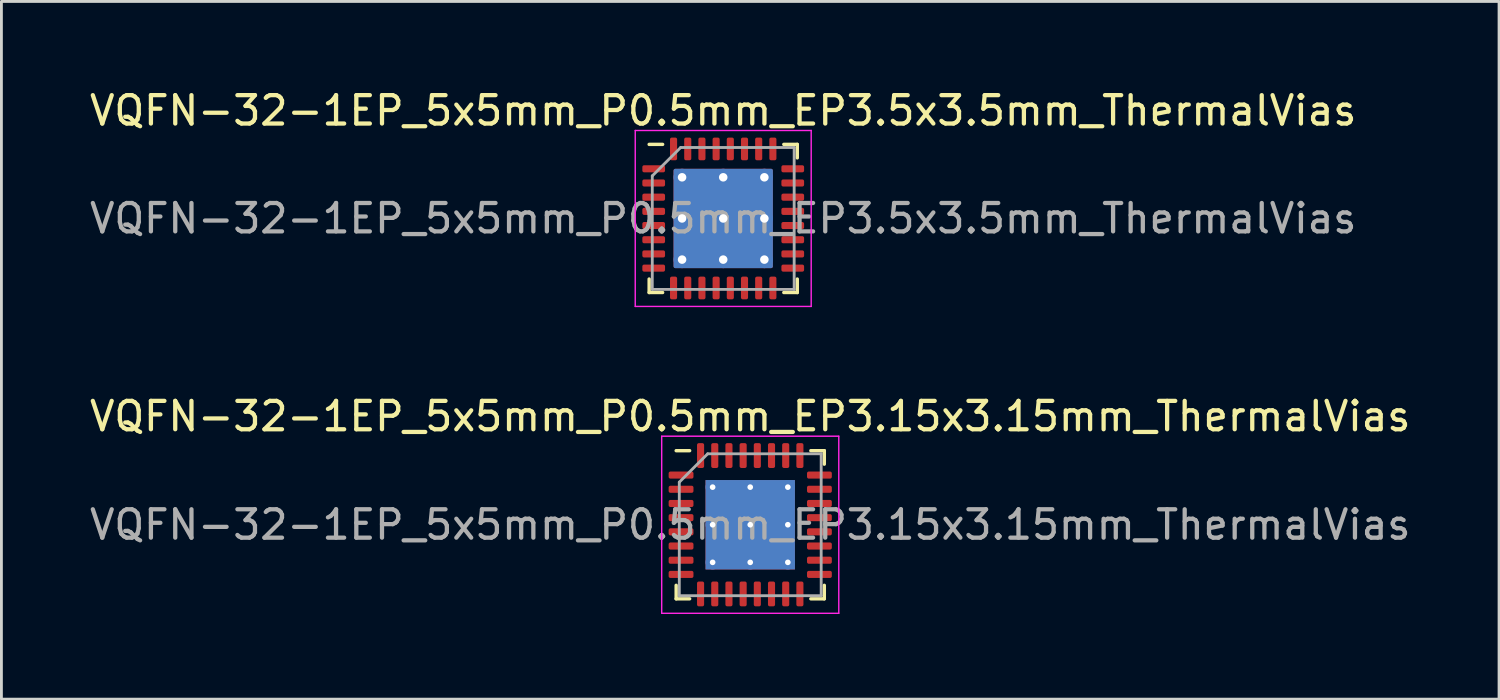
<source format=kicad_pcb>
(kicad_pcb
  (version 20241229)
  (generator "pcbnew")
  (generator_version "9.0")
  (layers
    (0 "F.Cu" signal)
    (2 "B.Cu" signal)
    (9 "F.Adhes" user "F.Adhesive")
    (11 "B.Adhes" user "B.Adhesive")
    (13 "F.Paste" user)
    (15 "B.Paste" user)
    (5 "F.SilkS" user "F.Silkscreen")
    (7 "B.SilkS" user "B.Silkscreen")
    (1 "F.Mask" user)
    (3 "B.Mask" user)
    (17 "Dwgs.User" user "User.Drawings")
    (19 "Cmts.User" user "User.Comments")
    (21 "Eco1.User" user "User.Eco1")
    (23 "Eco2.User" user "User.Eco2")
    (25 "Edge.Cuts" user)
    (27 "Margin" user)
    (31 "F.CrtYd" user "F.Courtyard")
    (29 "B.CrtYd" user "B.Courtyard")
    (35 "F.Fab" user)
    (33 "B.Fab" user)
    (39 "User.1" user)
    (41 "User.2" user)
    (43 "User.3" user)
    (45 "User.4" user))
  (footprint "VQFN-32-1EP_5x5mm_P0.5mm_EP3.15x3.15mm_ThermalVias"
    (layer "F.Cu")
    (at 23.387 15.441)
    (property "Reference" "VQFN-32-1EP_5x5mm_P0.5mm_EP3.15x3.15mm_ThermalVias" (at 0 -3.82 0) (layer "F.SilkS") (effects (font (size 1 1) (thickness 0.15))))
    (attr smd)
    (fp_line (start -2.61 2.61) (end -2.61 2.135) (stroke (width 0.12) (type solid)) (layer "F.SilkS"))
    (fp_line (start -2.135 -2.61) (end -2.61 -2.61) (stroke (width 0.12) (type solid)) (layer "F.SilkS"))
    (fp_line (start -2.135 2.61) (end -2.61 2.61) (stroke (width 0.12) (type solid)) (layer "F.SilkS"))
    (fp_line (start 2.135 -2.61) (end 2.61 -2.61) (stroke (width 0.12) (type solid)) (layer "F.SilkS"))
    (fp_line (start 2.135 2.61) (end 2.61 2.61) (stroke (width 0.12) (type solid)) (layer "F.SilkS"))
    (fp_line (start 2.61 -2.61) (end 2.61 -2.135) (stroke (width 0.12) (type solid)) (layer "F.SilkS"))
    (fp_line (start 2.61 2.61) (end 2.61 2.135) (stroke (width 0.12) (type solid)) (layer "F.SilkS"))
    (fp_line (start -3.12 -3.12) (end -3.12 3.12) (stroke (width 0.05) (type solid)) (layer "F.CrtYd"))
    (fp_line (start -3.12 3.12) (end 3.12 3.12) (stroke (width 0.05) (type solid)) (layer "F.CrtYd"))
    (fp_line (start 3.12 -3.12) (end -3.12 -3.12) (stroke (width 0.05) (type solid)) (layer "F.CrtYd"))
    (fp_line (start 3.12 3.12) (end 3.12 -3.12) (stroke (width 0.05) (type solid)) (layer "F.CrtYd"))
    (fp_line (start -2.5 -1.5) (end -1.5 -2.5) (stroke (width 0.1) (type solid)) (layer "F.Fab"))
    (fp_line (start -2.5 2.5) (end -2.5 -1.5) (stroke (width 0.1) (type solid)) (layer "F.Fab"))
    (fp_line (start -1.5 -2.5) (end 2.5 -2.5) (stroke (width 0.1) (type solid)) (layer "F.Fab"))
    (fp_line (start 2.5 -2.5) (end 2.5 2.5) (stroke (width 0.1) (type solid)) (layer "F.Fab"))
    (fp_line (start 2.5 2.5) (end -2.5 2.5) (stroke (width 0.1) (type solid)) (layer "F.Fab"))
    (fp_text user "${REFERENCE}" (at 0 0 0) (layer "F.Fab") (effects (font (size 1 1) (thickness 0.15))))
    (pad "" smd roundrect (at -0.79 -0.79) (size 1.27 1.27) (layers "F.Paste") (roundrect_rratio 0.197))
    (pad "" smd roundrect (at -0.79 0.79) (size 1.27 1.27) (layers "F.Paste") (roundrect_rratio 0.197))
    (pad "" smd roundrect (at 0.79 -0.79) (size 1.27 1.27) (layers "F.Paste") (roundrect_rratio 0.197))
    (pad "" smd roundrect (at 0.79 0.79) (size 1.27 1.27) (layers "F.Paste") (roundrect_rratio 0.197))
    (pad "1" smd roundrect (at -2.438 -1.75) (size 0.875 0.25) (layers "F.Cu" "F.Mask" "F.Paste") (roundrect_rratio 0.25))
    (pad "2" smd roundrect (at -2.438 -1.25) (size 0.875 0.25) (layers "F.Cu" "F.Mask" "F.Paste") (roundrect_rratio 0.25))
    (pad "3" smd roundrect (at -2.438 -0.75) (size 0.875 0.25) (layers "F.Cu" "F.Mask" "F.Paste") (roundrect_rratio 0.25))
    (pad "4" smd roundrect (at -2.438 -0.25) (size 0.875 0.25) (layers "F.Cu" "F.Mask" "F.Paste") (roundrect_rratio 0.25))
    (pad "5" smd roundrect (at -2.438 0.25) (size 0.875 0.25) (layers "F.Cu" "F.Mask" "F.Paste") (roundrect_rratio 0.25))
    (pad "6" smd roundrect (at -2.438 0.75) (size 0.875 0.25) (layers "F.Cu" "F.Mask" "F.Paste") (roundrect_rratio 0.25))
    (pad "7" smd roundrect (at -2.438 1.25) (size 0.875 0.25) (layers "F.Cu" "F.Mask" "F.Paste") (roundrect_rratio 0.25))
    (pad "8" smd roundrect (at -2.438 1.75) (size 0.875 0.25) (layers "F.Cu" "F.Mask" "F.Paste") (roundrect_rratio 0.25))
    (pad "9" smd roundrect (at -1.75 2.438) (size 0.25 0.875) (layers "F.Cu" "F.Mask" "F.Paste") (roundrect_rratio 0.25))
    (pad "10" smd roundrect (at -1.25 2.438) (size 0.25 0.875) (layers "F.Cu" "F.Mask" "F.Paste") (roundrect_rratio 0.25))
    (pad "11" smd roundrect (at -0.75 2.438) (size 0.25 0.875) (layers "F.Cu" "F.Mask" "F.Paste") (roundrect_rratio 0.25))
    (pad "12" smd roundrect (at -0.25 2.438) (size 0.25 0.875) (layers "F.Cu" "F.Mask" "F.Paste") (roundrect_rratio 0.25))
    (pad "13" smd roundrect (at 0.25 2.438) (size 0.25 0.875) (layers "F.Cu" "F.Mask" "F.Paste") (roundrect_rratio 0.25))
    (pad "14" smd roundrect (at 0.75 2.438) (size 0.25 0.875) (layers "F.Cu" "F.Mask" "F.Paste") (roundrect_rratio 0.25))
    (pad "15" smd roundrect (at 1.25 2.438) (size 0.25 0.875) (layers "F.Cu" "F.Mask" "F.Paste") (roundrect_rratio 0.25))
    (pad "16" smd roundrect (at 1.75 2.438) (size 0.25 0.875) (layers "F.Cu" "F.Mask" "F.Paste") (roundrect_rratio 0.25))
    (pad "17" smd roundrect (at 2.438 1.75) (size 0.875 0.25) (layers "F.Cu" "F.Mask" "F.Paste") (roundrect_rratio 0.25))
    (pad "18" smd roundrect (at 2.438 1.25) (size 0.875 0.25) (layers "F.Cu" "F.Mask" "F.Paste") (roundrect_rratio 0.25))
    (pad "19" smd roundrect (at 2.438 0.75) (size 0.875 0.25) (layers "F.Cu" "F.Mask" "F.Paste") (roundrect_rratio 0.25))
    (pad "20" smd roundrect (at 2.438 0.25) (size 0.875 0.25) (layers "F.Cu" "F.Mask" "F.Paste") (roundrect_rratio 0.25))
    (pad "21" smd roundrect (at 2.438 -0.25) (size 0.875 0.25) (layers "F.Cu" "F.Mask" "F.Paste") (roundrect_rratio 0.25))
    (pad "22" smd roundrect (at 2.438 -0.75) (size 0.875 0.25) (layers "F.Cu" "F.Mask" "F.Paste") (roundrect_rratio 0.25))
    (pad "23" smd roundrect (at 2.438 -1.25) (size 0.875 0.25) (layers "F.Cu" "F.Mask" "F.Paste") (roundrect_rratio 0.25))
    (pad "24" smd roundrect (at 2.438 -1.75) (size 0.875 0.25) (layers "F.Cu" "F.Mask" "F.Paste") (roundrect_rratio 0.25))
    (pad "25" smd roundrect (at 1.75 -2.438) (size 0.25 0.875) (layers "F.Cu" "F.Mask" "F.Paste") (roundrect_rratio 0.25))
    (pad "26" smd roundrect (at 1.25 -2.438) (size 0.25 0.875) (layers "F.Cu" "F.Mask" "F.Paste") (roundrect_rratio 0.25))
    (pad "27" smd roundrect (at 0.75 -2.438) (size 0.25 0.875) (layers "F.Cu" "F.Mask" "F.Paste") (roundrect_rratio 0.25))
    (pad "28" smd roundrect (at 0.25 -2.438) (size 0.25 0.875) (layers "F.Cu" "F.Mask" "F.Paste") (roundrect_rratio 0.25))
    (pad "29" smd roundrect (at -0.25 -2.438) (size 0.25 0.875) (layers "F.Cu" "F.Mask" "F.Paste") (roundrect_rratio 0.25))
    (pad "30" smd roundrect (at -0.75 -2.438) (size 0.25 0.875) (layers "F.Cu" "F.Mask" "F.Paste") (roundrect_rratio 0.25))
    (pad "31" smd roundrect (at -1.25 -2.438) (size 0.25 0.875) (layers "F.Cu" "F.Mask" "F.Paste") (roundrect_rratio 0.25))
    (pad "32" smd roundrect (at -1.75 -2.438) (size 0.25 0.875) (layers "F.Cu" "F.Mask" "F.Paste") (roundrect_rratio 0.25))
    (pad "33" thru_hole circle (at -1.325 -1.325) (size 0.5 0.5) (drill 0.2) (layers "*.Cu"))
    (pad "33" thru_hole circle (at -1.325 0) (size 0.5 0.5) (drill 0.2) (layers "*.Cu"))
    (pad "33" thru_hole circle (at -1.325 1.325) (size 0.5 0.5) (drill 0.2) (layers "*.Cu"))
    (pad "33" thru_hole circle (at 0 -1.325) (size 0.5 0.5) (drill 0.2) (layers "*.Cu"))
    (pad "33" thru_hole circle (at 0 0) (size 0.5 0.5) (drill 0.2) (layers "*.Cu"))
    (pad "33" smd rect (at 0 0) (size 3.15 3.15) (layers "F.Cu" "F.Mask"))
    (pad "33" smd rect (at 0 0) (size 3.15 3.15) (layers "B.Cu"))
    (pad "33" thru_hole circle (at 0 1.325) (size 0.5 0.5) (drill 0.2) (layers "*.Cu"))
    (pad "33" thru_hole circle (at 1.325 -1.325) (size 0.5 0.5) (drill 0.2) (layers "*.Cu"))
    (pad "33" thru_hole circle (at 1.325 0) (size 0.5 0.5) (drill 0.2) (layers "*.Cu"))
    (pad "33" thru_hole circle (at 1.325 1.325) (size 0.5 0.5) (drill 0.2) (layers "*.Cu")))
  (footprint "VQFN-32-1EP_5x5mm_P0.5mm_EP3.5x3.5mm_ThermalVias"
    (layer "F.Cu")
    (at 22.435 4.648)
    (property "Reference" "VQFN-32-1EP_5x5mm_P0.5mm_EP3.5x3.5mm_ThermalVias" (at 0 -3.8 0) (layer "F.SilkS") (effects (font (size 1 1) (thickness 0.15))))
    (attr smd)
    (fp_line (start -2.61 2.61) (end -2.61 2.135) (stroke (width 0.12) (type solid)) (layer "F.SilkS"))
    (fp_line (start -2.135 -2.61) (end -2.61 -2.61) (stroke (width 0.12) (type solid)) (layer "F.SilkS"))
    (fp_line (start -2.135 2.61) (end -2.61 2.61) (stroke (width 0.12) (type solid)) (layer "F.SilkS"))
    (fp_line (start 2.135 -2.61) (end 2.61 -2.61) (stroke (width 0.12) (type solid)) (layer "F.SilkS"))
    (fp_line (start 2.135 2.61) (end 2.61 2.61) (stroke (width 0.12) (type solid)) (layer "F.SilkS"))
    (fp_line (start 2.61 -2.61) (end 2.61 -2.135) (stroke (width 0.12) (type solid)) (layer "F.SilkS"))
    (fp_line (start 2.61 2.61) (end 2.61 2.135) (stroke (width 0.12) (type solid)) (layer "F.SilkS"))
    (fp_line (start -3.1 -3.1) (end -3.1 3.1) (stroke (width 0.05) (type solid)) (layer "F.CrtYd"))
    (fp_line (start -3.1 3.1) (end 3.1 3.1) (stroke (width 0.05) (type solid)) (layer "F.CrtYd"))
    (fp_line (start 3.1 -3.1) (end -3.1 -3.1) (stroke (width 0.05) (type solid)) (layer "F.CrtYd"))
    (fp_line (start 3.1 3.1) (end 3.1 -3.1) (stroke (width 0.05) (type solid)) (layer "F.CrtYd"))
    (fp_line (start -2.5 -1.5) (end -1.5 -2.5) (stroke (width 0.1) (type solid)) (layer "F.Fab"))
    (fp_line (start -2.5 2.5) (end -2.5 -1.5) (stroke (width 0.1) (type solid)) (layer "F.Fab"))
    (fp_line (start -1.5 -2.5) (end 2.5 -2.5) (stroke (width 0.1) (type solid)) (layer "F.Fab"))
    (fp_line (start 2.5 -2.5) (end 2.5 2.5) (stroke (width 0.1) (type solid)) (layer "F.Fab"))
    (fp_line (start 2.5 2.5) (end -2.5 2.5) (stroke (width 0.1) (type solid)) (layer "F.Fab"))
    (fp_text user "${REFERENCE}" (at 0 0 0) (layer "F.Fab") (effects (font (size 1 1) (thickness 0.15))))
    (pad "" smd roundrect (at -0.875 -0.875) (size 1.46 1.46) (layers "F.Paste") (roundrect_rratio 0.171))
    (pad "" smd roundrect (at -0.875 0.875) (size 1.46 1.46) (layers "F.Paste") (roundrect_rratio 0.171))
    (pad "" smd roundrect (at 0.875 -0.875) (size 1.46 1.46) (layers "F.Paste") (roundrect_rratio 0.171))
    (pad "" smd roundrect (at 0.875 0.875) (size 1.46 1.46) (layers "F.Paste") (roundrect_rratio 0.171))
    (pad "1" smd roundrect (at -2.45 -1.75) (size 0.8 0.25) (layers "F.Cu" "F.Mask" "F.Paste") (roundrect_rratio 0.25))
    (pad "2" smd roundrect (at -2.45 -1.25) (size 0.8 0.25) (layers "F.Cu" "F.Mask" "F.Paste") (roundrect_rratio 0.25))
    (pad "3" smd roundrect (at -2.45 -0.75) (size 0.8 0.25) (layers "F.Cu" "F.Mask" "F.Paste") (roundrect_rratio 0.25))
    (pad "4" smd roundrect (at -2.45 -0.25) (size 0.8 0.25) (layers "F.Cu" "F.Mask" "F.Paste") (roundrect_rratio 0.25))
    (pad "5" smd roundrect (at -2.45 0.25) (size 0.8 0.25) (layers "F.Cu" "F.Mask" "F.Paste") (roundrect_rratio 0.25))
    (pad "6" smd roundrect (at -2.45 0.75) (size 0.8 0.25) (layers "F.Cu" "F.Mask" "F.Paste") (roundrect_rratio 0.25))
    (pad "7" smd roundrect (at -2.45 1.25) (size 0.8 0.25) (layers "F.Cu" "F.Mask" "F.Paste") (roundrect_rratio 0.25))
    (pad "8" smd roundrect (at -2.45 1.75) (size 0.8 0.25) (layers "F.Cu" "F.Mask" "F.Paste") (roundrect_rratio 0.25))
    (pad "9" smd roundrect (at -1.75 2.45) (size 0.25 0.8) (layers "F.Cu" "F.Mask" "F.Paste") (roundrect_rratio 0.25))
    (pad "10" smd roundrect (at -1.25 2.45) (size 0.25 0.8) (layers "F.Cu" "F.Mask" "F.Paste") (roundrect_rratio 0.25))
    (pad "11" smd roundrect (at -0.75 2.45) (size 0.25 0.8) (layers "F.Cu" "F.Mask" "F.Paste") (roundrect_rratio 0.25))
    (pad "12" smd roundrect (at -0.25 2.45) (size 0.25 0.8) (layers "F.Cu" "F.Mask" "F.Paste") (roundrect_rratio 0.25))
    (pad "13" smd roundrect (at 0.25 2.45) (size 0.25 0.8) (layers "F.Cu" "F.Mask" "F.Paste") (roundrect_rratio 0.25))
    (pad "14" smd roundrect (at 0.75 2.45) (size 0.25 0.8) (layers "F.Cu" "F.Mask" "F.Paste") (roundrect_rratio 0.25))
    (pad "15" smd roundrect (at 1.25 2.45) (size 0.25 0.8) (layers "F.Cu" "F.Mask" "F.Paste") (roundrect_rratio 0.25))
    (pad "16" smd roundrect (at 1.75 2.45) (size 0.25 0.8) (layers "F.Cu" "F.Mask" "F.Paste") (roundrect_rratio 0.25))
    (pad "17" smd roundrect (at 2.45 1.75) (size 0.8 0.25) (layers "F.Cu" "F.Mask" "F.Paste") (roundrect_rratio 0.25))
    (pad "18" smd roundrect (at 2.45 1.25) (size 0.8 0.25) (layers "F.Cu" "F.Mask" "F.Paste") (roundrect_rratio 0.25))
    (pad "19" smd roundrect (at 2.45 0.75) (size 0.8 0.25) (layers "F.Cu" "F.Mask" "F.Paste") (roundrect_rratio 0.25))
    (pad "20" smd roundrect (at 2.45 0.25) (size 0.8 0.25) (layers "F.Cu" "F.Mask" "F.Paste") (roundrect_rratio 0.25))
    (pad "21" smd roundrect (at 2.45 -0.25) (size 0.8 0.25) (layers "F.Cu" "F.Mask" "F.Paste") (roundrect_rratio 0.25))
    (pad "22" smd roundrect (at 2.45 -0.75) (size 0.8 0.25) (layers "F.Cu" "F.Mask" "F.Paste") (roundrect_rratio 0.25))
    (pad "23" smd roundrect (at 2.45 -1.25) (size 0.8 0.25) (layers "F.Cu" "F.Mask" "F.Paste") (roundrect_rratio 0.25))
    (pad "24" smd roundrect (at 2.45 -1.75) (size 0.8 0.25) (layers "F.Cu" "F.Mask" "F.Paste") (roundrect_rratio 0.25))
    (pad "25" smd roundrect (at 1.75 -2.45) (size 0.25 0.8) (layers "F.Cu" "F.Mask" "F.Paste") (roundrect_rratio 0.25))
    (pad "26" smd roundrect (at 1.25 -2.45) (size 0.25 0.8) (layers "F.Cu" "F.Mask" "F.Paste") (roundrect_rratio 0.25))
    (pad "27" smd roundrect (at 0.75 -2.45) (size 0.25 0.8) (layers "F.Cu" "F.Mask" "F.Paste") (roundrect_rratio 0.25))
    (pad "28" smd roundrect (at 0.25 -2.45) (size 0.25 0.8) (layers "F.Cu" "F.Mask" "F.Paste") (roundrect_rratio 0.25))
    (pad "29" smd roundrect (at -0.25 -2.45) (size 0.25 0.8) (layers "F.Cu" "F.Mask" "F.Paste") (roundrect_rratio 0.25))
    (pad "30" smd roundrect (at -0.75 -2.45) (size 0.25 0.8) (layers "F.Cu" "F.Mask" "F.Paste") (roundrect_rratio 0.25))
    (pad "31" smd roundrect (at -1.25 -2.45) (size 0.25 0.8) (layers "F.Cu" "F.Mask" "F.Paste") (roundrect_rratio 0.25))
    (pad "32" smd roundrect (at -1.75 -2.45) (size 0.25 0.8) (layers "F.Cu" "F.Mask" "F.Paste") (roundrect_rratio 0.25))
    (pad "33" thru_hole circle (at -1.45 -1.45) (size 0.6 0.6) (drill 0.3) (layers "*.Cu"))
    (pad "33" thru_hole circle (at -1.45 0) (size 0.6 0.6) (drill 0.3) (layers "*.Cu"))
    (pad "33" thru_hole circle (at -1.45 1.45) (size 0.6 0.6) (drill 0.3) (layers "*.Cu"))
    (pad "33" thru_hole circle (at 0 -1.45) (size 0.6 0.6) (drill 0.3) (layers "*.Cu"))
    (pad "33" thru_hole circle (at 0 0) (size 0.6 0.6) (drill 0.3) (layers "*.Cu"))
    (pad "33" smd roundrect (at 0 0) (size 3.5 3.5) (layers "F.Cu" "F.Mask") (roundrect_rratio 0.018))
    (pad "33" smd roundrect (at 0 0) (size 3.5 3.5) (layers "B.Cu") (roundrect_rratio 0.018))
    (pad "33" thru_hole circle (at 0 1.45) (size 0.6 0.6) (drill 0.3) (layers "*.Cu"))
    (pad "33" thru_hole circle (at 1.45 -1.45) (size 0.6 0.6) (drill 0.3) (layers "*.Cu"))
    (pad "33" thru_hole circle (at 1.45 0) (size 0.6 0.6) (drill 0.3) (layers "*.Cu"))
    (pad "33" thru_hole circle (at 1.45 1.45) (size 0.6 0.6) (drill 0.3) (layers "*.Cu")))
  (gr_rect
    (start -3 -3)
    (end 49.774 21.587)
    (stroke (width 0.1) (type default))
    (fill no)
    (layer "Edge.Cuts")))
</source>
